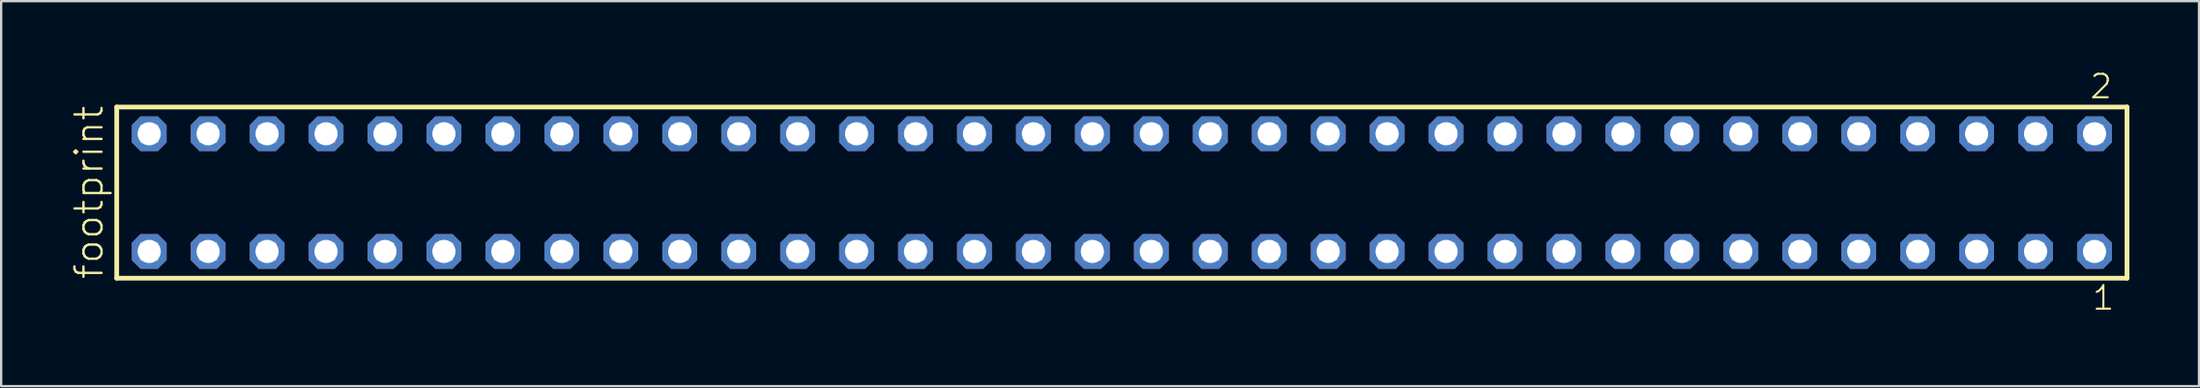
<source format=kicad_pcb>
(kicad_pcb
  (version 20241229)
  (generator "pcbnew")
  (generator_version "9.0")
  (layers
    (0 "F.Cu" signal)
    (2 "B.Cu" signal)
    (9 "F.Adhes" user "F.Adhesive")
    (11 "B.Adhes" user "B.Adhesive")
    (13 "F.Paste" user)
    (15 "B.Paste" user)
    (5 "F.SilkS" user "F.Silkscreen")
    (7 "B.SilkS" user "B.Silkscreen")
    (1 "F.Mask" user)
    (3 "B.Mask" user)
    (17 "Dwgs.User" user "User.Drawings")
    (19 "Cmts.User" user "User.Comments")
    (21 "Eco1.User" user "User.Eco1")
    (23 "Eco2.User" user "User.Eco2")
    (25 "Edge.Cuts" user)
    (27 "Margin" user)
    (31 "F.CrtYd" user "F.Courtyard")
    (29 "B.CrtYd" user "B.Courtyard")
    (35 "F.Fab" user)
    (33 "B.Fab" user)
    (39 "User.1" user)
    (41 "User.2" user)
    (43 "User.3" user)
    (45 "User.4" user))
  (footprint "footprint"
    (layer "F.Cu")
    (at 45.288 5.265)
    (property "Reference" "footprint" (at -43.815 3.81 90) (layer "F.SilkS") (effects (font (size 1.168 1.168) (thickness 0.102)) (justify left bottom)))
    (fp_line (start -43.309 -3.695) (end 43.309 -3.695) (stroke (width 0.203) (type solid)) (layer "F.SilkS"))
    (fp_line (start -43.309 3.695) (end -43.309 -3.695) (stroke (width 0.203) (type solid)) (layer "F.SilkS"))
    (fp_line (start 43.309 -3.695) (end 43.309 3.695) (stroke (width 0.203) (type solid)) (layer "F.SilkS"))
    (fp_line (start 43.309 3.695) (end -43.309 3.695) (stroke (width 0.203) (type solid)) (layer "F.SilkS"))
    (fp_poly (pts (xy -42.26 -2.19) (xy -41.56 -2.19) (xy -41.56 -2.89) (xy -42.26 -2.89)) (stroke (width 0.1) (type solid)) (fill no) (layer "F.Fab"))
    (fp_poly (pts (xy -42.26 2.89) (xy -41.56 2.89) (xy -41.56 2.19) (xy -42.26 2.19)) (stroke (width 0.1) (type solid)) (fill no) (layer "F.Fab"))
    (fp_poly (pts (xy -39.72 -2.19) (xy -39.02 -2.19) (xy -39.02 -2.89) (xy -39.72 -2.89)) (stroke (width 0.1) (type solid)) (fill no) (layer "F.Fab"))
    (fp_poly (pts (xy -39.72 2.89) (xy -39.02 2.89) (xy -39.02 2.19) (xy -39.72 2.19)) (stroke (width 0.1) (type solid)) (fill no) (layer "F.Fab"))
    (fp_poly (pts (xy -37.18 -2.19) (xy -36.48 -2.19) (xy -36.48 -2.89) (xy -37.18 -2.89)) (stroke (width 0.1) (type solid)) (fill no) (layer "F.Fab"))
    (fp_poly (pts (xy -37.18 2.89) (xy -36.48 2.89) (xy -36.48 2.19) (xy -37.18 2.19)) (stroke (width 0.1) (type solid)) (fill no) (layer "F.Fab"))
    (fp_poly (pts (xy -34.64 -2.19) (xy -33.94 -2.19) (xy -33.94 -2.89) (xy -34.64 -2.89)) (stroke (width 0.1) (type solid)) (fill no) (layer "F.Fab"))
    (fp_poly (pts (xy -34.64 2.89) (xy -33.94 2.89) (xy -33.94 2.19) (xy -34.64 2.19)) (stroke (width 0.1) (type solid)) (fill no) (layer "F.Fab"))
    (fp_poly (pts (xy -32.1 -2.19) (xy -31.4 -2.19) (xy -31.4 -2.89) (xy -32.1 -2.89)) (stroke (width 0.1) (type solid)) (fill no) (layer "F.Fab"))
    (fp_poly (pts (xy -32.1 2.89) (xy -31.4 2.89) (xy -31.4 2.19) (xy -32.1 2.19)) (stroke (width 0.1) (type solid)) (fill no) (layer "F.Fab"))
    (fp_poly (pts (xy -29.56 -2.19) (xy -28.86 -2.19) (xy -28.86 -2.89) (xy -29.56 -2.89)) (stroke (width 0.1) (type solid)) (fill no) (layer "F.Fab"))
    (fp_poly (pts (xy -29.56 2.89) (xy -28.86 2.89) (xy -28.86 2.19) (xy -29.56 2.19)) (stroke (width 0.1) (type solid)) (fill no) (layer "F.Fab"))
    (fp_poly (pts (xy -27.02 -2.19) (xy -26.32 -2.19) (xy -26.32 -2.89) (xy -27.02 -2.89)) (stroke (width 0.1) (type solid)) (fill no) (layer "F.Fab"))
    (fp_poly (pts (xy -27.02 2.89) (xy -26.32 2.89) (xy -26.32 2.19) (xy -27.02 2.19)) (stroke (width 0.1) (type solid)) (fill no) (layer "F.Fab"))
    (fp_poly (pts (xy -24.48 -2.19) (xy -23.78 -2.19) (xy -23.78 -2.89) (xy -24.48 -2.89)) (stroke (width 0.1) (type solid)) (fill no) (layer "F.Fab"))
    (fp_poly (pts (xy -24.48 2.89) (xy -23.78 2.89) (xy -23.78 2.19) (xy -24.48 2.19)) (stroke (width 0.1) (type solid)) (fill no) (layer "F.Fab"))
    (fp_poly (pts (xy -21.94 -2.19) (xy -21.24 -2.19) (xy -21.24 -2.89) (xy -21.94 -2.89)) (stroke (width 0.1) (type solid)) (fill no) (layer "F.Fab"))
    (fp_poly (pts (xy -21.94 2.89) (xy -21.24 2.89) (xy -21.24 2.19) (xy -21.94 2.19)) (stroke (width 0.1) (type solid)) (fill no) (layer "F.Fab"))
    (fp_poly (pts (xy -19.4 -2.19) (xy -18.7 -2.19) (xy -18.7 -2.89) (xy -19.4 -2.89)) (stroke (width 0.1) (type solid)) (fill no) (layer "F.Fab"))
    (fp_poly (pts (xy -19.4 2.89) (xy -18.7 2.89) (xy -18.7 2.19) (xy -19.4 2.19)) (stroke (width 0.1) (type solid)) (fill no) (layer "F.Fab"))
    (fp_poly (pts (xy -16.86 -2.19) (xy -16.16 -2.19) (xy -16.16 -2.89) (xy -16.86 -2.89)) (stroke (width 0.1) (type solid)) (fill no) (layer "F.Fab"))
    (fp_poly (pts (xy -16.86 2.89) (xy -16.16 2.89) (xy -16.16 2.19) (xy -16.86 2.19)) (stroke (width 0.1) (type solid)) (fill no) (layer "F.Fab"))
    (fp_poly (pts (xy -14.32 -2.19) (xy -13.62 -2.19) (xy -13.62 -2.89) (xy -14.32 -2.89)) (stroke (width 0.1) (type solid)) (fill no) (layer "F.Fab"))
    (fp_poly (pts (xy -14.32 2.89) (xy -13.62 2.89) (xy -13.62 2.19) (xy -14.32 2.19)) (stroke (width 0.1) (type solid)) (fill no) (layer "F.Fab"))
    (fp_poly (pts (xy -11.78 -2.19) (xy -11.08 -2.19) (xy -11.08 -2.89) (xy -11.78 -2.89)) (stroke (width 0.1) (type solid)) (fill no) (layer "F.Fab"))
    (fp_poly (pts (xy -11.78 2.89) (xy -11.08 2.89) (xy -11.08 2.19) (xy -11.78 2.19)) (stroke (width 0.1) (type solid)) (fill no) (layer "F.Fab"))
    (fp_poly (pts (xy -9.24 -2.19) (xy -8.54 -2.19) (xy -8.54 -2.89) (xy -9.24 -2.89)) (stroke (width 0.1) (type solid)) (fill no) (layer "F.Fab"))
    (fp_poly (pts (xy -9.24 2.89) (xy -8.54 2.89) (xy -8.54 2.19) (xy -9.24 2.19)) (stroke (width 0.1) (type solid)) (fill no) (layer "F.Fab"))
    (fp_poly (pts (xy -6.7 -2.19) (xy -6 -2.19) (xy -6 -2.89) (xy -6.7 -2.89)) (stroke (width 0.1) (type solid)) (fill no) (layer "F.Fab"))
    (fp_poly (pts (xy -6.7 2.89) (xy -6 2.89) (xy -6 2.19) (xy -6.7 2.19)) (stroke (width 0.1) (type solid)) (fill no) (layer "F.Fab"))
    (fp_poly (pts (xy -4.16 -2.19) (xy -3.46 -2.19) (xy -3.46 -2.89) (xy -4.16 -2.89)) (stroke (width 0.1) (type solid)) (fill no) (layer "F.Fab"))
    (fp_poly (pts (xy -4.16 2.89) (xy -3.46 2.89) (xy -3.46 2.19) (xy -4.16 2.19)) (stroke (width 0.1) (type solid)) (fill no) (layer "F.Fab"))
    (fp_poly (pts (xy -1.62 -2.19) (xy -0.92 -2.19) (xy -0.92 -2.89) (xy -1.62 -2.89)) (stroke (width 0.1) (type solid)) (fill no) (layer "F.Fab"))
    (fp_poly (pts (xy -1.62 2.89) (xy -0.92 2.89) (xy -0.92 2.19) (xy -1.62 2.19)) (stroke (width 0.1) (type solid)) (fill no) (layer "F.Fab"))
    (fp_poly (pts (xy 0.92 -2.19) (xy 1.62 -2.19) (xy 1.62 -2.89) (xy 0.92 -2.89)) (stroke (width 0.1) (type solid)) (fill no) (layer "F.Fab"))
    (fp_poly (pts (xy 0.92 2.89) (xy 1.62 2.89) (xy 1.62 2.19) (xy 0.92 2.19)) (stroke (width 0.1) (type solid)) (fill no) (layer "F.Fab"))
    (fp_poly (pts (xy 3.46 -2.19) (xy 4.16 -2.19) (xy 4.16 -2.89) (xy 3.46 -2.89)) (stroke (width 0.1) (type solid)) (fill no) (layer "F.Fab"))
    (fp_poly (pts (xy 3.46 2.89) (xy 4.16 2.89) (xy 4.16 2.19) (xy 3.46 2.19)) (stroke (width 0.1) (type solid)) (fill no) (layer "F.Fab"))
    (fp_poly (pts (xy 6 -2.19) (xy 6.7 -2.19) (xy 6.7 -2.89) (xy 6 -2.89)) (stroke (width 0.1) (type solid)) (fill no) (layer "F.Fab"))
    (fp_poly (pts (xy 6 2.89) (xy 6.7 2.89) (xy 6.7 2.19) (xy 6 2.19)) (stroke (width 0.1) (type solid)) (fill no) (layer "F.Fab"))
    (fp_poly (pts (xy 8.54 -2.19) (xy 9.24 -2.19) (xy 9.24 -2.89) (xy 8.54 -2.89)) (stroke (width 0.1) (type solid)) (fill no) (layer "F.Fab"))
    (fp_poly (pts (xy 8.54 2.89) (xy 9.24 2.89) (xy 9.24 2.19) (xy 8.54 2.19)) (stroke (width 0.1) (type solid)) (fill no) (layer "F.Fab"))
    (fp_poly (pts (xy 11.08 -2.19) (xy 11.78 -2.19) (xy 11.78 -2.89) (xy 11.08 -2.89)) (stroke (width 0.1) (type solid)) (fill no) (layer "F.Fab"))
    (fp_poly (pts (xy 11.08 2.89) (xy 11.78 2.89) (xy 11.78 2.19) (xy 11.08 2.19)) (stroke (width 0.1) (type solid)) (fill no) (layer "F.Fab"))
    (fp_poly (pts (xy 13.62 -2.19) (xy 14.32 -2.19) (xy 14.32 -2.89) (xy 13.62 -2.89)) (stroke (width 0.1) (type solid)) (fill no) (layer "F.Fab"))
    (fp_poly (pts (xy 13.62 2.89) (xy 14.32 2.89) (xy 14.32 2.19) (xy 13.62 2.19)) (stroke (width 0.1) (type solid)) (fill no) (layer "F.Fab"))
    (fp_poly (pts (xy 16.16 -2.19) (xy 16.86 -2.19) (xy 16.86 -2.89) (xy 16.16 -2.89)) (stroke (width 0.1) (type solid)) (fill no) (layer "F.Fab"))
    (fp_poly (pts (xy 16.16 2.89) (xy 16.86 2.89) (xy 16.86 2.19) (xy 16.16 2.19)) (stroke (width 0.1) (type solid)) (fill no) (layer "F.Fab"))
    (fp_poly (pts (xy 18.7 -2.19) (xy 19.4 -2.19) (xy 19.4 -2.89) (xy 18.7 -2.89)) (stroke (width 0.1) (type solid)) (fill no) (layer "F.Fab"))
    (fp_poly (pts (xy 18.7 2.89) (xy 19.4 2.89) (xy 19.4 2.19) (xy 18.7 2.19)) (stroke (width 0.1) (type solid)) (fill no) (layer "F.Fab"))
    (fp_poly (pts (xy 21.24 -2.19) (xy 21.94 -2.19) (xy 21.94 -2.89) (xy 21.24 -2.89)) (stroke (width 0.1) (type solid)) (fill no) (layer "F.Fab"))
    (fp_poly (pts (xy 21.24 2.89) (xy 21.94 2.89) (xy 21.94 2.19) (xy 21.24 2.19)) (stroke (width 0.1) (type solid)) (fill no) (layer "F.Fab"))
    (fp_poly (pts (xy 23.78 -2.19) (xy 24.48 -2.19) (xy 24.48 -2.89) (xy 23.78 -2.89)) (stroke (width 0.1) (type solid)) (fill no) (layer "F.Fab"))
    (fp_poly (pts (xy 23.78 2.89) (xy 24.48 2.89) (xy 24.48 2.19) (xy 23.78 2.19)) (stroke (width 0.1) (type solid)) (fill no) (layer "F.Fab"))
    (fp_poly (pts (xy 26.32 -2.19) (xy 27.02 -2.19) (xy 27.02 -2.89) (xy 26.32 -2.89)) (stroke (width 0.1) (type solid)) (fill no) (layer "F.Fab"))
    (fp_poly (pts (xy 26.32 2.89) (xy 27.02 2.89) (xy 27.02 2.19) (xy 26.32 2.19)) (stroke (width 0.1) (type solid)) (fill no) (layer "F.Fab"))
    (fp_poly (pts (xy 28.86 -2.19) (xy 29.56 -2.19) (xy 29.56 -2.89) (xy 28.86 -2.89)) (stroke (width 0.1) (type solid)) (fill no) (layer "F.Fab"))
    (fp_poly (pts (xy 28.86 2.89) (xy 29.56 2.89) (xy 29.56 2.19) (xy 28.86 2.19)) (stroke (width 0.1) (type solid)) (fill no) (layer "F.Fab"))
    (fp_poly (pts (xy 31.4 -2.19) (xy 32.1 -2.19) (xy 32.1 -2.89) (xy 31.4 -2.89)) (stroke (width 0.1) (type solid)) (fill no) (layer "F.Fab"))
    (fp_poly (pts (xy 31.4 2.89) (xy 32.1 2.89) (xy 32.1 2.19) (xy 31.4 2.19)) (stroke (width 0.1) (type solid)) (fill no) (layer "F.Fab"))
    (fp_poly (pts (xy 33.94 -2.19) (xy 34.64 -2.19) (xy 34.64 -2.89) (xy 33.94 -2.89)) (stroke (width 0.1) (type solid)) (fill no) (layer "F.Fab"))
    (fp_poly (pts (xy 33.94 2.89) (xy 34.64 2.89) (xy 34.64 2.19) (xy 33.94 2.19)) (stroke (width 0.1) (type solid)) (fill no) (layer "F.Fab"))
    (fp_poly (pts (xy 36.48 -2.19) (xy 37.18 -2.19) (xy 37.18 -2.89) (xy 36.48 -2.89)) (stroke (width 0.1) (type solid)) (fill no) (layer "F.Fab"))
    (fp_poly (pts (xy 36.48 2.89) (xy 37.18 2.89) (xy 37.18 2.19) (xy 36.48 2.19)) (stroke (width 0.1) (type solid)) (fill no) (layer "F.Fab"))
    (fp_poly (pts (xy 39.02 -2.19) (xy 39.72 -2.19) (xy 39.72 -2.89) (xy 39.02 -2.89)) (stroke (width 0.1) (type solid)) (fill no) (layer "F.Fab"))
    (fp_poly (pts (xy 39.02 2.89) (xy 39.72 2.89) (xy 39.72 2.19) (xy 39.02 2.19)) (stroke (width 0.1) (type solid)) (fill no) (layer "F.Fab"))
    (fp_poly (pts (xy 41.56 -2.19) (xy 42.26 -2.19) (xy 42.26 -2.89) (xy 41.56 -2.89)) (stroke (width 0.1) (type solid)) (fill no) (layer "F.Fab"))
    (fp_poly (pts (xy 41.56 2.89) (xy 42.26 2.89) (xy 42.26 2.19) (xy 41.56 2.19)) (stroke (width 0.1) (type solid)) (fill no) (layer "F.Fab"))
    (fp_text user "2" (at 41.652 -3.989 0) (layer "F.SilkS") (effects (font (size 1.012 1.012) (thickness 0.088)) (justify left bottom)))
    (fp_text user "1" (at 41.752 5.138 0) (layer "F.SilkS") (effects (font (size 1.012 1.012) (thickness 0.088)) (justify left bottom)))
    (pad "1" thru_hole roundrect (at 41.91 2.54 180) (size 1.5 1.5) (drill 1) (layers "*.Cu" "*.Mask") (roundrect_rratio 0.25) (chamfer_ratio 0.25) (chamfer top_left top_right bottom_left bottom_right))
    (pad "2" thru_hole roundrect (at 41.91 -2.54 180) (size 1.5 1.5) (drill 1) (layers "*.Cu" "*.Mask") (roundrect_rratio 0.25) (chamfer_ratio 0.25) (chamfer top_left top_right bottom_left bottom_right))
    (pad "3" thru_hole roundrect (at 39.37 2.54 180) (size 1.5 1.5) (drill 1) (layers "*.Cu" "*.Mask") (roundrect_rratio 0.25) (chamfer_ratio 0.25) (chamfer top_left top_right bottom_left bottom_right))
    (pad "4" thru_hole roundrect (at 39.37 -2.54 180) (size 1.5 1.5) (drill 1) (layers "*.Cu" "*.Mask") (roundrect_rratio 0.25) (chamfer_ratio 0.25) (chamfer top_left top_right bottom_left bottom_right))
    (pad "5" thru_hole roundrect (at 36.83 2.54 180) (size 1.5 1.5) (drill 1) (layers "*.Cu" "*.Mask") (roundrect_rratio 0.25) (chamfer_ratio 0.25) (chamfer top_left top_right bottom_left bottom_right))
    (pad "6" thru_hole roundrect (at 36.83 -2.54 180) (size 1.5 1.5) (drill 1) (layers "*.Cu" "*.Mask") (roundrect_rratio 0.25) (chamfer_ratio 0.25) (chamfer top_left top_right bottom_left bottom_right))
    (pad "7" thru_hole roundrect (at 34.29 2.54 180) (size 1.5 1.5) (drill 1) (layers "*.Cu" "*.Mask") (roundrect_rratio 0.25) (chamfer_ratio 0.25) (chamfer top_left top_right bottom_left bottom_right))
    (pad "8" thru_hole roundrect (at 34.29 -2.54 180) (size 1.5 1.5) (drill 1) (layers "*.Cu" "*.Mask") (roundrect_rratio 0.25) (chamfer_ratio 0.25) (chamfer top_left top_right bottom_left bottom_right))
    (pad "9" thru_hole roundrect (at 31.75 2.54 180) (size 1.5 1.5) (drill 1) (layers "*.Cu" "*.Mask") (roundrect_rratio 0.25) (chamfer_ratio 0.25) (chamfer top_left top_right bottom_left bottom_right))
    (pad "10" thru_hole roundrect (at 31.75 -2.54 180) (size 1.5 1.5) (drill 1) (layers "*.Cu" "*.Mask") (roundrect_rratio 0.25) (chamfer_ratio 0.25) (chamfer top_left top_right bottom_left bottom_right))
    (pad "11" thru_hole roundrect (at 29.21 2.54 180) (size 1.5 1.5) (drill 1) (layers "*.Cu" "*.Mask") (roundrect_rratio 0.25) (chamfer_ratio 0.25) (chamfer top_left top_right bottom_left bottom_right))
    (pad "12" thru_hole roundrect (at 29.21 -2.54 180) (size 1.5 1.5) (drill 1) (layers "*.Cu" "*.Mask") (roundrect_rratio 0.25) (chamfer_ratio 0.25) (chamfer top_left top_right bottom_left bottom_right))
    (pad "13" thru_hole roundrect (at 26.67 2.54 180) (size 1.5 1.5) (drill 1) (layers "*.Cu" "*.Mask") (roundrect_rratio 0.25) (chamfer_ratio 0.25) (chamfer top_left top_right bottom_left bottom_right))
    (pad "14" thru_hole roundrect (at 26.67 -2.54 180) (size 1.5 1.5) (drill 1) (layers "*.Cu" "*.Mask") (roundrect_rratio 0.25) (chamfer_ratio 0.25) (chamfer top_left top_right bottom_left bottom_right))
    (pad "15" thru_hole roundrect (at 24.13 2.54 180) (size 1.5 1.5) (drill 1) (layers "*.Cu" "*.Mask") (roundrect_rratio 0.25) (chamfer_ratio 0.25) (chamfer top_left top_right bottom_left bottom_right))
    (pad "16" thru_hole roundrect (at 24.13 -2.54 180) (size 1.5 1.5) (drill 1) (layers "*.Cu" "*.Mask") (roundrect_rratio 0.25) (chamfer_ratio 0.25) (chamfer top_left top_right bottom_left bottom_right))
    (pad "17" thru_hole roundrect (at 21.59 2.54 180) (size 1.5 1.5) (drill 1) (layers "*.Cu" "*.Mask") (roundrect_rratio 0.25) (chamfer_ratio 0.25) (chamfer top_left top_right bottom_left bottom_right))
    (pad "18" thru_hole roundrect (at 21.59 -2.54 180) (size 1.5 1.5) (drill 1) (layers "*.Cu" "*.Mask") (roundrect_rratio 0.25) (chamfer_ratio 0.25) (chamfer top_left top_right bottom_left bottom_right))
    (pad "19" thru_hole roundrect (at 19.05 2.54 180) (size 1.5 1.5) (drill 1) (layers "*.Cu" "*.Mask") (roundrect_rratio 0.25) (chamfer_ratio 0.25) (chamfer top_left top_right bottom_left bottom_right))
    (pad "20" thru_hole roundrect (at 19.05 -2.54 180) (size 1.5 1.5) (drill 1) (layers "*.Cu" "*.Mask") (roundrect_rratio 0.25) (chamfer_ratio 0.25) (chamfer top_left top_right bottom_left bottom_right))
    (pad "21" thru_hole roundrect (at 16.51 2.54 180) (size 1.5 1.5) (drill 1) (layers "*.Cu" "*.Mask") (roundrect_rratio 0.25) (chamfer_ratio 0.25) (chamfer top_left top_right bottom_left bottom_right))
    (pad "22" thru_hole roundrect (at 16.51 -2.54 180) (size 1.5 1.5) (drill 1) (layers "*.Cu" "*.Mask") (roundrect_rratio 0.25) (chamfer_ratio 0.25) (chamfer top_left top_right bottom_left bottom_right))
    (pad "23" thru_hole roundrect (at 13.97 2.54 180) (size 1.5 1.5) (drill 1) (layers "*.Cu" "*.Mask") (roundrect_rratio 0.25) (chamfer_ratio 0.25) (chamfer top_left top_right bottom_left bottom_right))
    (pad "24" thru_hole roundrect (at 13.97 -2.54 180) (size 1.5 1.5) (drill 1) (layers "*.Cu" "*.Mask") (roundrect_rratio 0.25) (chamfer_ratio 0.25) (chamfer top_left top_right bottom_left bottom_right))
    (pad "25" thru_hole roundrect (at 11.43 2.54 180) (size 1.5 1.5) (drill 1) (layers "*.Cu" "*.Mask") (roundrect_rratio 0.25) (chamfer_ratio 0.25) (chamfer top_left top_right bottom_left bottom_right))
    (pad "26" thru_hole roundrect (at 11.43 -2.54 180) (size 1.5 1.5) (drill 1) (layers "*.Cu" "*.Mask") (roundrect_rratio 0.25) (chamfer_ratio 0.25) (chamfer top_left top_right bottom_left bottom_right))
    (pad "27" thru_hole roundrect (at 8.89 2.54 180) (size 1.5 1.5) (drill 1) (layers "*.Cu" "*.Mask") (roundrect_rratio 0.25) (chamfer_ratio 0.25) (chamfer top_left top_right bottom_left bottom_right))
    (pad "28" thru_hole roundrect (at 8.89 -2.54 180) (size 1.5 1.5) (drill 1) (layers "*.Cu" "*.Mask") (roundrect_rratio 0.25) (chamfer_ratio 0.25) (chamfer top_left top_right bottom_left bottom_right))
    (pad "29" thru_hole roundrect (at 6.35 2.54 180) (size 1.5 1.5) (drill 1) (layers "*.Cu" "*.Mask") (roundrect_rratio 0.25) (chamfer_ratio 0.25) (chamfer top_left top_right bottom_left bottom_right))
    (pad "30" thru_hole roundrect (at 6.35 -2.54 180) (size 1.5 1.5) (drill 1) (layers "*.Cu" "*.Mask") (roundrect_rratio 0.25) (chamfer_ratio 0.25) (chamfer top_left top_right bottom_left bottom_right))
    (pad "31" thru_hole roundrect (at 3.81 2.54 180) (size 1.5 1.5) (drill 1) (layers "*.Cu" "*.Mask") (roundrect_rratio 0.25) (chamfer_ratio 0.25) (chamfer top_left top_right bottom_left bottom_right))
    (pad "32" thru_hole roundrect (at 3.81 -2.54 180) (size 1.5 1.5) (drill 1) (layers "*.Cu" "*.Mask") (roundrect_rratio 0.25) (chamfer_ratio 0.25) (chamfer top_left top_right bottom_left bottom_right))
    (pad "33" thru_hole roundrect (at 1.27 2.54 180) (size 1.5 1.5) (drill 1) (layers "*.Cu" "*.Mask") (roundrect_rratio 0.25) (chamfer_ratio 0.25) (chamfer top_left top_right bottom_left bottom_right))
    (pad "34" thru_hole roundrect (at 1.27 -2.54 180) (size 1.5 1.5) (drill 1) (layers "*.Cu" "*.Mask") (roundrect_rratio 0.25) (chamfer_ratio 0.25) (chamfer top_left top_right bottom_left bottom_right))
    (pad "35" thru_hole roundrect (at -1.27 2.54 180) (size 1.5 1.5) (drill 1) (layers "*.Cu" "*.Mask") (roundrect_rratio 0.25) (chamfer_ratio 0.25) (chamfer top_left top_right bottom_left bottom_right))
    (pad "36" thru_hole roundrect (at -1.27 -2.54 180) (size 1.5 1.5) (drill 1) (layers "*.Cu" "*.Mask") (roundrect_rratio 0.25) (chamfer_ratio 0.25) (chamfer top_left top_right bottom_left bottom_right))
    (pad "37" thru_hole roundrect (at -3.81 2.54 180) (size 1.5 1.5) (drill 1) (layers "*.Cu" "*.Mask") (roundrect_rratio 0.25) (chamfer_ratio 0.25) (chamfer top_left top_right bottom_left bottom_right))
    (pad "38" thru_hole roundrect (at -3.81 -2.54 180) (size 1.5 1.5) (drill 1) (layers "*.Cu" "*.Mask") (roundrect_rratio 0.25) (chamfer_ratio 0.25) (chamfer top_left top_right bottom_left bottom_right))
    (pad "39" thru_hole roundrect (at -6.35 2.54 180) (size 1.5 1.5) (drill 1) (layers "*.Cu" "*.Mask") (roundrect_rratio 0.25) (chamfer_ratio 0.25) (chamfer top_left top_right bottom_left bottom_right))
    (pad "40" thru_hole roundrect (at -6.35 -2.54 180) (size 1.5 1.5) (drill 1) (layers "*.Cu" "*.Mask") (roundrect_rratio 0.25) (chamfer_ratio 0.25) (chamfer top_left top_right bottom_left bottom_right))
    (pad "41" thru_hole roundrect (at -8.89 2.54 180) (size 1.5 1.5) (drill 1) (layers "*.Cu" "*.Mask") (roundrect_rratio 0.25) (chamfer_ratio 0.25) (chamfer top_left top_right bottom_left bottom_right))
    (pad "42" thru_hole roundrect (at -8.89 -2.54 180) (size 1.5 1.5) (drill 1) (layers "*.Cu" "*.Mask") (roundrect_rratio 0.25) (chamfer_ratio 0.25) (chamfer top_left top_right bottom_left bottom_right))
    (pad "43" thru_hole roundrect (at -11.43 2.54 180) (size 1.5 1.5) (drill 1) (layers "*.Cu" "*.Mask") (roundrect_rratio 0.25) (chamfer_ratio 0.25) (chamfer top_left top_right bottom_left bottom_right))
    (pad "44" thru_hole roundrect (at -11.43 -2.54 180) (size 1.5 1.5) (drill 1) (layers "*.Cu" "*.Mask") (roundrect_rratio 0.25) (chamfer_ratio 0.25) (chamfer top_left top_right bottom_left bottom_right))
    (pad "45" thru_hole roundrect (at -13.97 2.54 180) (size 1.5 1.5) (drill 1) (layers "*.Cu" "*.Mask") (roundrect_rratio 0.25) (chamfer_ratio 0.25) (chamfer top_left top_right bottom_left bottom_right))
    (pad "46" thru_hole roundrect (at -13.97 -2.54 180) (size 1.5 1.5) (drill 1) (layers "*.Cu" "*.Mask") (roundrect_rratio 0.25) (chamfer_ratio 0.25) (chamfer top_left top_right bottom_left bottom_right))
    (pad "47" thru_hole roundrect (at -16.51 2.54 180) (size 1.5 1.5) (drill 1) (layers "*.Cu" "*.Mask") (roundrect_rratio 0.25) (chamfer_ratio 0.25) (chamfer top_left top_right bottom_left bottom_right))
    (pad "48" thru_hole roundrect (at -16.51 -2.54 180) (size 1.5 1.5) (drill 1) (layers "*.Cu" "*.Mask") (roundrect_rratio 0.25) (chamfer_ratio 0.25) (chamfer top_left top_right bottom_left bottom_right))
    (pad "49" thru_hole roundrect (at -19.05 2.54 180) (size 1.5 1.5) (drill 1) (layers "*.Cu" "*.Mask") (roundrect_rratio 0.25) (chamfer_ratio 0.25) (chamfer top_left top_right bottom_left bottom_right))
    (pad "50" thru_hole roundrect (at -19.05 -2.54 180) (size 1.5 1.5) (drill 1) (layers "*.Cu" "*.Mask") (roundrect_rratio 0.25) (chamfer_ratio 0.25) (chamfer top_left top_right bottom_left bottom_right))
    (pad "51" thru_hole roundrect (at -21.59 2.54 180) (size 1.5 1.5) (drill 1) (layers "*.Cu" "*.Mask") (roundrect_rratio 0.25) (chamfer_ratio 0.25) (chamfer top_left top_right bottom_left bottom_right))
    (pad "52" thru_hole roundrect (at -21.59 -2.54 180) (size 1.5 1.5) (drill 1) (layers "*.Cu" "*.Mask") (roundrect_rratio 0.25) (chamfer_ratio 0.25) (chamfer top_left top_right bottom_left bottom_right))
    (pad "53" thru_hole roundrect (at -24.13 2.54 180) (size 1.5 1.5) (drill 1) (layers "*.Cu" "*.Mask") (roundrect_rratio 0.25) (chamfer_ratio 0.25) (chamfer top_left top_right bottom_left bottom_right))
    (pad "54" thru_hole roundrect (at -24.13 -2.54 180) (size 1.5 1.5) (drill 1) (layers "*.Cu" "*.Mask") (roundrect_rratio 0.25) (chamfer_ratio 0.25) (chamfer top_left top_right bottom_left bottom_right))
    (pad "55" thru_hole roundrect (at -26.67 2.54 180) (size 1.5 1.5) (drill 1) (layers "*.Cu" "*.Mask") (roundrect_rratio 0.25) (chamfer_ratio 0.25) (chamfer top_left top_right bottom_left bottom_right))
    (pad "56" thru_hole roundrect (at -26.67 -2.54 180) (size 1.5 1.5) (drill 1) (layers "*.Cu" "*.Mask") (roundrect_rratio 0.25) (chamfer_ratio 0.25) (chamfer top_left top_right bottom_left bottom_right))
    (pad "57" thru_hole roundrect (at -29.21 2.54 180) (size 1.5 1.5) (drill 1) (layers "*.Cu" "*.Mask") (roundrect_rratio 0.25) (chamfer_ratio 0.25) (chamfer top_left top_right bottom_left bottom_right))
    (pad "58" thru_hole roundrect (at -29.21 -2.54 180) (size 1.5 1.5) (drill 1) (layers "*.Cu" "*.Mask") (roundrect_rratio 0.25) (chamfer_ratio 0.25) (chamfer top_left top_right bottom_left bottom_right))
    (pad "59" thru_hole roundrect (at -31.75 2.54 180) (size 1.5 1.5) (drill 1) (layers "*.Cu" "*.Mask") (roundrect_rratio 0.25) (chamfer_ratio 0.25) (chamfer top_left top_right bottom_left bottom_right))
    (pad "60" thru_hole roundrect (at -31.75 -2.54 180) (size 1.5 1.5) (drill 1) (layers "*.Cu" "*.Mask") (roundrect_rratio 0.25) (chamfer_ratio 0.25) (chamfer top_left top_right bottom_left bottom_right))
    (pad "61" thru_hole roundrect (at -34.29 2.54 180) (size 1.5 1.5) (drill 1) (layers "*.Cu" "*.Mask") (roundrect_rratio 0.25) (chamfer_ratio 0.25) (chamfer top_left top_right bottom_left bottom_right))
    (pad "62" thru_hole roundrect (at -34.29 -2.54 180) (size 1.5 1.5) (drill 1) (layers "*.Cu" "*.Mask") (roundrect_rratio 0.25) (chamfer_ratio 0.25) (chamfer top_left top_right bottom_left bottom_right))
    (pad "63" thru_hole roundrect (at -36.83 2.54 180) (size 1.5 1.5) (drill 1) (layers "*.Cu" "*.Mask") (roundrect_rratio 0.25) (chamfer_ratio 0.25) (chamfer top_left top_right bottom_left bottom_right))
    (pad "64" thru_hole roundrect (at -36.83 -2.54 180) (size 1.5 1.5) (drill 1) (layers "*.Cu" "*.Mask") (roundrect_rratio 0.25) (chamfer_ratio 0.25) (chamfer top_left top_right bottom_left bottom_right))
    (pad "65" thru_hole roundrect (at -39.37 2.54 180) (size 1.5 1.5) (drill 1) (layers "*.Cu" "*.Mask") (roundrect_rratio 0.25) (chamfer_ratio 0.25) (chamfer top_left top_right bottom_left bottom_right))
    (pad "66" thru_hole roundrect (at -39.37 -2.54 180) (size 1.5 1.5) (drill 1) (layers "*.Cu" "*.Mask") (roundrect_rratio 0.25) (chamfer_ratio 0.25) (chamfer top_left top_right bottom_left bottom_right))
    (pad "67" thru_hole roundrect (at -41.91 2.54 180) (size 1.5 1.5) (drill 1) (layers "*.Cu" "*.Mask") (roundrect_rratio 0.25) (chamfer_ratio 0.25) (chamfer top_left top_right bottom_left bottom_right))
    (pad "68" thru_hole roundrect (at -41.91 -2.54 180) (size 1.5 1.5) (drill 1) (layers "*.Cu" "*.Mask") (roundrect_rratio 0.25) (chamfer_ratio 0.25) (chamfer top_left top_right bottom_left bottom_right)))
  (gr_rect
    (start -3 -3)
    (end 91.699 13.62)
    (stroke (width 0.1) (type default))
    (fill no)
    (layer "Edge.Cuts")))
</source>
